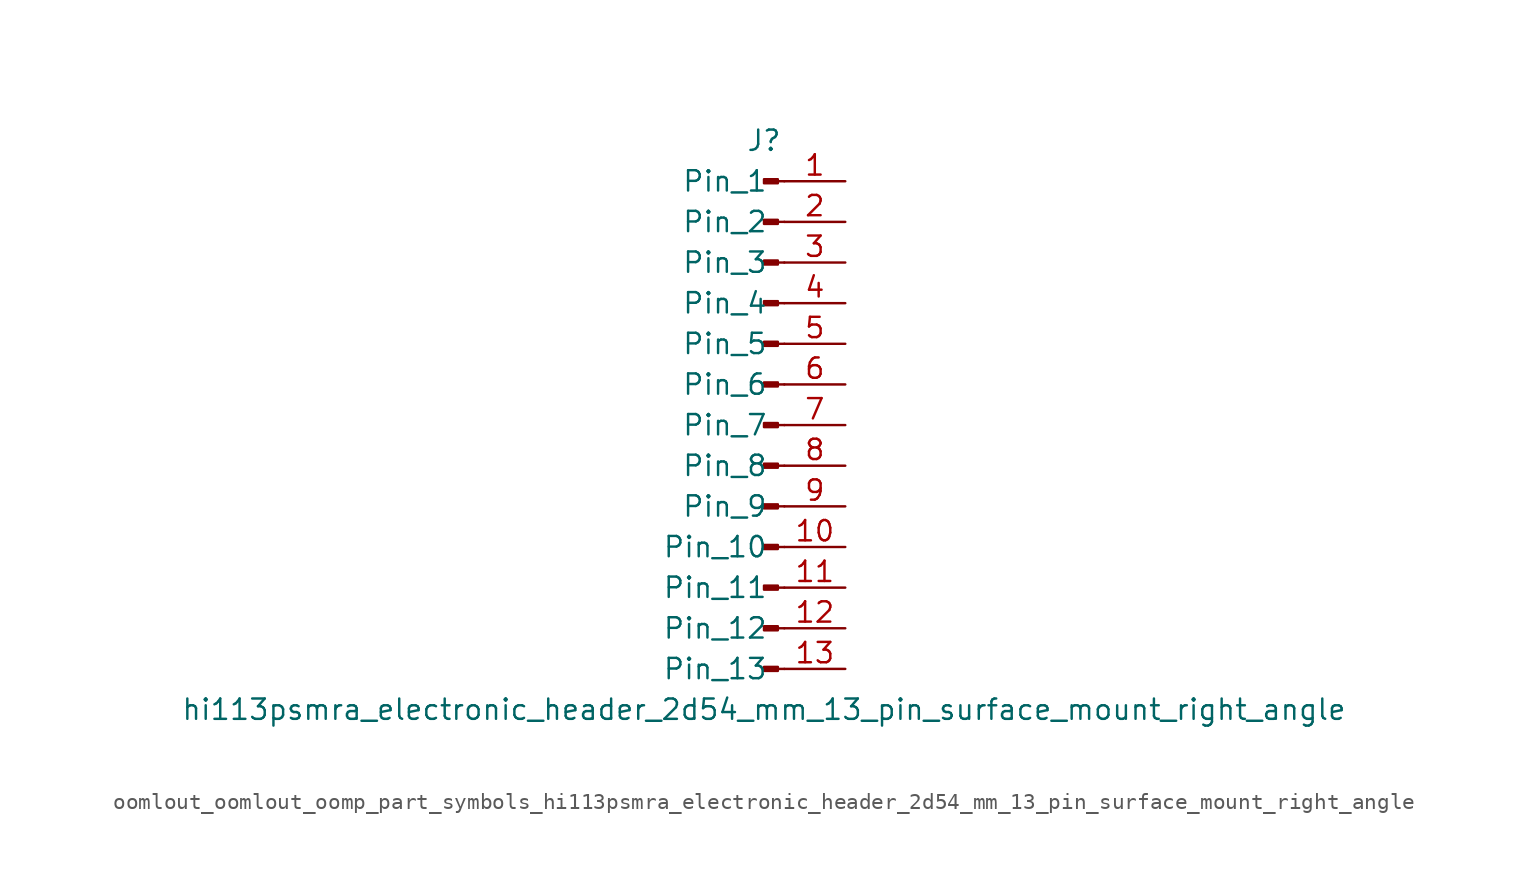
<source format=kicad_sym>
(kicad_symbol_lib
  (version 20220914)
  (generator kicad_symbol_editor)
  (symbol "oomlout_oomlout_oomp_part_symbols_hi113psmra_electronic_header_2d54_mm_13_pin_surface_mount_right_angle"
    (pin_names
      (offset 1.016))
    (property "Reference" "J"
      (at 0 17.78 0)
      (effects (font (size 1.27 1.27))))
    (property "Value" "hi113psmra_electronic_header_2d54_mm_13_pin_surface_mount_right_angle"
      (at 0 -17.78 0)
      (effects (font (size 1.27 1.27))))
    (property "ki_locked" ""
      (at 0 0 0)
      (effects (font (size 1.27 1.27))))
    (symbol "oomlout_oomlout_oomp_part_symbols_hi113psmra_electronic_header_2d54_mm_13_pin_surface_mount_right_angle_1_1"
      (polyline (pts (xy 1.27 -15.24) (xy 0.864 -15.24)) (stroke (width 0.152) (type default)) (fill (type none)))
      (polyline (pts (xy 1.27 -12.7) (xy 0.864 -12.7)) (stroke (width 0.152) (type default)) (fill (type none)))
      (polyline (pts (xy 1.27 -10.16) (xy 0.864 -10.16)) (stroke (width 0.152) (type default)) (fill (type none)))
      (polyline (pts (xy 1.27 -7.62) (xy 0.864 -7.62)) (stroke (width 0.152) (type default)) (fill (type none)))
      (polyline (pts (xy 1.27 -5.08) (xy 0.864 -5.08)) (stroke (width 0.152) (type default)) (fill (type none)))
      (polyline (pts (xy 1.27 -2.54) (xy 0.864 -2.54)) (stroke (width 0.152) (type default)) (fill (type none)))
      (polyline (pts (xy 1.27 0) (xy 0.864 0)) (stroke (width 0.152) (type default)) (fill (type none)))
      (polyline (pts (xy 1.27 2.54) (xy 0.864 2.54)) (stroke (width 0.152) (type default)) (fill (type none)))
      (polyline (pts (xy 1.27 5.08) (xy 0.864 5.08)) (stroke (width 0.152) (type default)) (fill (type none)))
      (polyline (pts (xy 1.27 7.62) (xy 0.864 7.62)) (stroke (width 0.152) (type default)) (fill (type none)))
      (polyline (pts (xy 1.27 10.16) (xy 0.864 10.16)) (stroke (width 0.152) (type default)) (fill (type none)))
      (polyline (pts (xy 1.27 12.7) (xy 0.864 12.7)) (stroke (width 0.152) (type default)) (fill (type none)))
      (polyline (pts (xy 1.27 15.24) (xy 0.864 15.24)) (stroke (width 0.152) (type default)) (fill (type none)))
      (rectangle (start 0.864 -15.113) (end 0 -15.367) (stroke (width 0.152) (type default)) (fill (type outline)))
      (rectangle (start 0.864 -12.573) (end 0 -12.827) (stroke (width 0.152) (type default)) (fill (type outline)))
      (rectangle (start 0.864 -10.033) (end 0 -10.287) (stroke (width 0.152) (type default)) (fill (type outline)))
      (rectangle (start 0.864 -7.493) (end 0 -7.747) (stroke (width 0.152) (type default)) (fill (type outline)))
      (rectangle (start 0.864 -4.953) (end 0 -5.207) (stroke (width 0.152) (type default)) (fill (type outline)))
      (rectangle (start 0.864 -2.413) (end 0 -2.667) (stroke (width 0.152) (type default)) (fill (type outline)))
      (rectangle (start 0.864 0.127) (end 0 -0.127) (stroke (width 0.152) (type default)) (fill (type outline)))
      (rectangle (start 0.864 2.667) (end 0 2.413) (stroke (width 0.152) (type default)) (fill (type outline)))
      (rectangle (start 0.864 5.207) (end 0 4.953) (stroke (width 0.152) (type default)) (fill (type outline)))
      (rectangle (start 0.864 7.747) (end 0 7.493) (stroke (width 0.152) (type default)) (fill (type outline)))
      (rectangle (start 0.864 10.287) (end 0 10.033) (stroke (width 0.152) (type default)) (fill (type outline)))
      (rectangle (start 0.864 12.827) (end 0 12.573) (stroke (width 0.152) (type default)) (fill (type outline)))
      (rectangle (start 0.864 15.367) (end 0 15.113) (stroke (width 0.152) (type default)) (fill (type outline)))
      (pin passive line (at 5.08 15.24 180) (length 3.81) (name "Pin_1" (effects (font (size 1.27 1.27)))) (number "1" (effects (font (size 1.27 1.27)))))
      (pin passive line (at 5.08 -7.62 180) (length 3.81) (name "Pin_10" (effects (font (size 1.27 1.27)))) (number "10" (effects (font (size 1.27 1.27)))))
      (pin passive line (at 5.08 -10.16 180) (length 3.81) (name "Pin_11" (effects (font (size 1.27 1.27)))) (number "11" (effects (font (size 1.27 1.27)))))
      (pin passive line (at 5.08 -12.7 180) (length 3.81) (name "Pin_12" (effects (font (size 1.27 1.27)))) (number "12" (effects (font (size 1.27 1.27)))))
      (pin passive line (at 5.08 -15.24 180) (length 3.81) (name "Pin_13" (effects (font (size 1.27 1.27)))) (number "13" (effects (font (size 1.27 1.27)))))
      (pin passive line (at 5.08 12.7 180) (length 3.81) (name "Pin_2" (effects (font (size 1.27 1.27)))) (number "2" (effects (font (size 1.27 1.27)))))
      (pin passive line (at 5.08 10.16 180) (length 3.81) (name "Pin_3" (effects (font (size 1.27 1.27)))) (number "3" (effects (font (size 1.27 1.27)))))
      (pin passive line (at 5.08 7.62 180) (length 3.81) (name "Pin_4" (effects (font (size 1.27 1.27)))) (number "4" (effects (font (size 1.27 1.27)))))
      (pin passive line (at 5.08 5.08 180) (length 3.81) (name "Pin_5" (effects (font (size 1.27 1.27)))) (number "5" (effects (font (size 1.27 1.27)))))
      (pin passive line (at 5.08 2.54 180) (length 3.81) (name "Pin_6" (effects (font (size 1.27 1.27)))) (number "6" (effects (font (size 1.27 1.27)))))
      (pin passive line (at 5.08 0 180) (length 3.81) (name "Pin_7" (effects (font (size 1.27 1.27)))) (number "7" (effects (font (size 1.27 1.27)))))
      (pin passive line (at 5.08 -2.54 180) (length 3.81) (name "Pin_8" (effects (font (size 1.27 1.27)))) (number "8" (effects (font (size 1.27 1.27)))))
      (pin passive line (at 5.08 -5.08 180) (length 3.81) (name "Pin_9" (effects (font (size 1.27 1.27)))) (number "9" (effects (font (size 1.27 1.27))))))))
</source>
